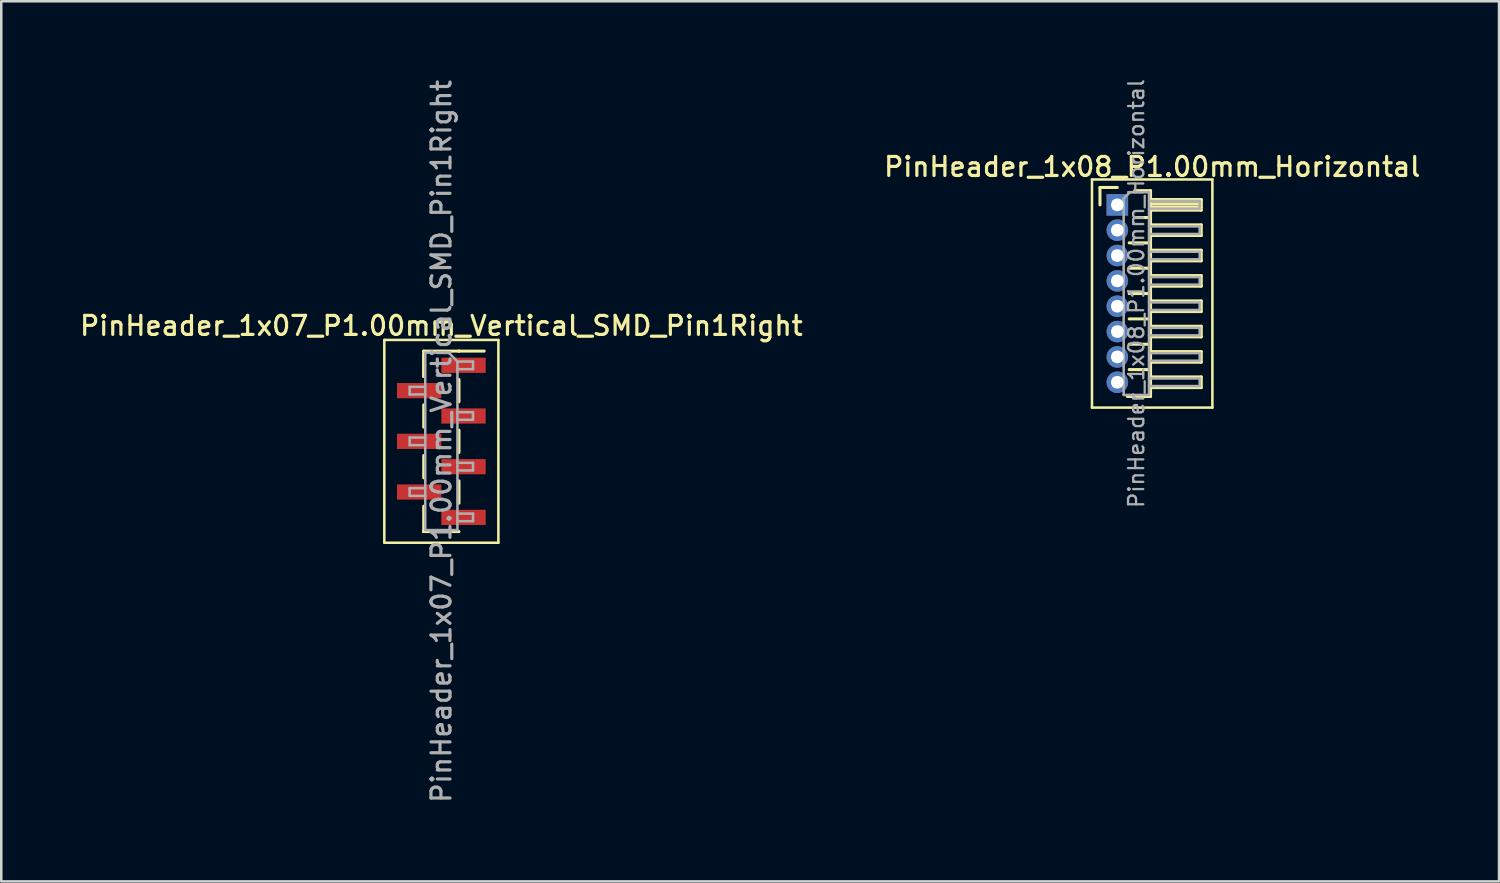
<source format=kicad_pcb>
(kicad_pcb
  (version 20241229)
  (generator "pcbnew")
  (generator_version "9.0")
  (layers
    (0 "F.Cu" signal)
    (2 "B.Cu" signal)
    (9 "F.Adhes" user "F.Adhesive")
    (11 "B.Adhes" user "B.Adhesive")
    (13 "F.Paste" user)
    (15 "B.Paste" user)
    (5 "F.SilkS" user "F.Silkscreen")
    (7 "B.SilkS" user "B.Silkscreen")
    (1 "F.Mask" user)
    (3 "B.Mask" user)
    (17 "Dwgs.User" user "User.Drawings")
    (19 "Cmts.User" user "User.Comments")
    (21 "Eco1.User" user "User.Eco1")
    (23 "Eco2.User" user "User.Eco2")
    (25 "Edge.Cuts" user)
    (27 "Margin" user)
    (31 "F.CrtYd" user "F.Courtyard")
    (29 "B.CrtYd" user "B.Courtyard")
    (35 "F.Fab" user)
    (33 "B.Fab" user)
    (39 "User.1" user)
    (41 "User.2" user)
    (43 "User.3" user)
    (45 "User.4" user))
  (footprint "PinHeader_1x07_P1.00mm_Vertical_SMD_Pin1Right"
    (layer "F.Cu")
    (at 14.363 14.363)
    (property "Reference" "PinHeader_1x07_P1.00mm_Vertical_SMD_Pin1Right" (at 0 -4.56 0) (layer "F.SilkS") (effects (font (size 0.75 0.75) (thickness 0.125))))
    (attr smd)
    (fp_line (start -2.25 -4) (end -2.25 4) (stroke (width 0.1) (type solid)) (layer "F.SilkS"))
    (fp_line (start -2.25 4) (end 2.25 4) (stroke (width 0.1) (type solid)) (layer "F.SilkS"))
    (fp_line (start -0.695 -3.56) (end -0.695 -2.56) (stroke (width 0.12) (type solid)) (layer "F.SilkS"))
    (fp_line (start -0.695 -3.56) (end 0.695 -3.56) (stroke (width 0.12) (type solid)) (layer "F.SilkS"))
    (fp_line (start -0.695 -3.44) (end -0.695 -2.56) (stroke (width 0.12) (type solid)) (layer "F.SilkS"))
    (fp_line (start -0.695 -1.44) (end -0.695 -0.56) (stroke (width 0.12) (type solid)) (layer "F.SilkS"))
    (fp_line (start -0.695 0.56) (end -0.695 1.44) (stroke (width 0.12) (type solid)) (layer "F.SilkS"))
    (fp_line (start -0.695 2.56) (end -0.695 3.56) (stroke (width 0.12) (type solid)) (layer "F.SilkS"))
    (fp_line (start -0.695 3.56) (end -0.695 3.56) (stroke (width 0.12) (type solid)) (layer "F.SilkS"))
    (fp_line (start -0.695 3.56) (end 0.695 3.56) (stroke (width 0.12) (type solid)) (layer "F.SilkS"))
    (fp_line (start 0.695 -3.56) (end 0.695 -3.56) (stroke (width 0.12) (type solid)) (layer "F.SilkS"))
    (fp_line (start 0.695 -3.56) (end 1.69 -3.56) (stroke (width 0.12) (type solid)) (layer "F.SilkS"))
    (fp_line (start 0.695 -2.44) (end 0.695 -1.56) (stroke (width 0.12) (type solid)) (layer "F.SilkS"))
    (fp_line (start 0.695 -0.44) (end 0.695 0.44) (stroke (width 0.12) (type solid)) (layer "F.SilkS"))
    (fp_line (start 0.695 1.56) (end 0.695 2.44) (stroke (width 0.12) (type solid)) (layer "F.SilkS"))
    (fp_line (start 2.25 -4) (end -2.25 -4) (stroke (width 0.1) (type solid)) (layer "F.SilkS"))
    (fp_line (start 2.25 4) (end 2.25 -4) (stroke (width 0.1) (type solid)) (layer "F.SilkS"))
    (fp_line (start -1.25 -2.15) (end -1.25 -1.85) (stroke (width 0.1) (type solid)) (layer "F.Fab"))
    (fp_line (start -1.25 -1.85) (end -0.635 -1.85) (stroke (width 0.1) (type solid)) (layer "F.Fab"))
    (fp_line (start -1.25 -0.15) (end -1.25 0.15) (stroke (width 0.1) (type solid)) (layer "F.Fab"))
    (fp_line (start -1.25 0.15) (end -0.635 0.15) (stroke (width 0.1) (type solid)) (layer "F.Fab"))
    (fp_line (start -1.25 1.85) (end -1.25 2.15) (stroke (width 0.1) (type solid)) (layer "F.Fab"))
    (fp_line (start -1.25 2.15) (end -0.635 2.15) (stroke (width 0.1) (type solid)) (layer "F.Fab"))
    (fp_line (start -0.635 -3.5) (end -0.635 3.5) (stroke (width 0.1) (type solid)) (layer "F.Fab"))
    (fp_line (start -0.635 -3.5) (end 0.285 -3.5) (stroke (width 0.1) (type solid)) (layer "F.Fab"))
    (fp_line (start -0.635 -2.15) (end -1.25 -2.15) (stroke (width 0.1) (type solid)) (layer "F.Fab"))
    (fp_line (start -0.635 -0.15) (end -1.25 -0.15) (stroke (width 0.1) (type solid)) (layer "F.Fab"))
    (fp_line (start -0.635 1.85) (end -1.25 1.85) (stroke (width 0.1) (type solid)) (layer "F.Fab"))
    (fp_line (start 0.635 -3.15) (end 0.285 -3.5) (stroke (width 0.1) (type solid)) (layer "F.Fab"))
    (fp_line (start 0.635 -3.15) (end 1.25 -3.15) (stroke (width 0.1) (type solid)) (layer "F.Fab"))
    (fp_line (start 0.635 -1.15) (end 1.25 -1.15) (stroke (width 0.1) (type solid)) (layer "F.Fab"))
    (fp_line (start 0.635 0.85) (end 1.25 0.85) (stroke (width 0.1) (type solid)) (layer "F.Fab"))
    (fp_line (start 0.635 2.85) (end 1.25 2.85) (stroke (width 0.1) (type solid)) (layer "F.Fab"))
    (fp_line (start 0.635 3.5) (end -0.635 3.5) (stroke (width 0.1) (type solid)) (layer "F.Fab"))
    (fp_line (start 0.635 3.5) (end 0.635 -3.15) (stroke (width 0.1) (type solid)) (layer "F.Fab"))
    (fp_line (start 1.25 -3.15) (end 1.25 -2.85) (stroke (width 0.1) (type solid)) (layer "F.Fab"))
    (fp_line (start 1.25 -2.85) (end 0.635 -2.85) (stroke (width 0.1) (type solid)) (layer "F.Fab"))
    (fp_line (start 1.25 -1.15) (end 1.25 -0.85) (stroke (width 0.1) (type solid)) (layer "F.Fab"))
    (fp_line (start 1.25 -0.85) (end 0.635 -0.85) (stroke (width 0.1) (type solid)) (layer "F.Fab"))
    (fp_line (start 1.25 0.85) (end 1.25 1.15) (stroke (width 0.1) (type solid)) (layer "F.Fab"))
    (fp_line (start 1.25 1.15) (end 0.635 1.15) (stroke (width 0.1) (type solid)) (layer "F.Fab"))
    (fp_line (start 1.25 2.85) (end 1.25 3.15) (stroke (width 0.1) (type solid)) (layer "F.Fab"))
    (fp_line (start 1.25 3.15) (end 0.635 3.15) (stroke (width 0.1) (type solid)) (layer "F.Fab"))
    (fp_text user "${REFERENCE}" (at 0 0 90) (layer "F.Fab") (effects (font (size 0.75 0.75) (thickness 0.125))))
    (pad "1" smd rect (at 0.875 -3) (size 1.75 0.6) (layers "F.Cu" "F.Mask" "F.Paste"))
    (pad "2" smd rect (at -0.875 -2) (size 1.75 0.6) (layers "F.Cu" "F.Mask" "F.Paste"))
    (pad "3" smd rect (at 0.875 -1) (size 1.75 0.6) (layers "F.Cu" "F.Mask" "F.Paste"))
    (pad "4" smd rect (at -0.875 0) (size 1.75 0.6) (layers "F.Cu" "F.Mask" "F.Paste"))
    (pad "5" smd rect (at 0.875 1) (size 1.75 0.6) (layers "F.Cu" "F.Mask" "F.Paste"))
    (pad "6" smd rect (at -0.875 2) (size 1.75 0.6) (layers "F.Cu" "F.Mask" "F.Paste"))
    (pad "7" smd rect (at 0.875 3) (size 1.75 0.6) (layers "F.Cu" "F.Mask" "F.Paste")))
  (footprint "PinHeader_1x08_P1.00mm_Horizontal"
    (layer "F.Cu")
    (at 41.034 5.032)
    (property "Reference" "PinHeader_1x08_P1.00mm_Horizontal" (at 1.375 -1.5 0) (layer "F.SilkS") (effects (font (size 0.75 0.75) (thickness 0.125))))
    (attr through_hole)
    (fp_line (start -1 -1) (end -1 8) (stroke (width 0.1) (type solid)) (layer "F.SilkS"))
    (fp_line (start -1 8) (end 3.75 8) (stroke (width 0.1) (type solid)) (layer "F.SilkS"))
    (fp_line (start -0.685 -0.685) (end 0 -0.685) (stroke (width 0.12) (type solid)) (layer "F.SilkS"))
    (fp_line (start -0.685 0) (end -0.685 -0.685) (stroke (width 0.12) (type solid)) (layer "F.SilkS"))
    (fp_line (start 0.468 1.5) (end 1.31 1.5) (stroke (width 0.12) (type solid)) (layer "F.SilkS"))
    (fp_line (start 0.468 2.5) (end 1.31 2.5) (stroke (width 0.12) (type solid)) (layer "F.SilkS"))
    (fp_line (start 0.468 3.5) (end 1.31 3.5) (stroke (width 0.12) (type solid)) (layer "F.SilkS"))
    (fp_line (start 0.468 4.5) (end 1.31 4.5) (stroke (width 0.12) (type solid)) (layer "F.SilkS"))
    (fp_line (start 0.468 5.5) (end 1.31 5.5) (stroke (width 0.12) (type solid)) (layer "F.SilkS"))
    (fp_line (start 0.468 6.5) (end 1.31 6.5) (stroke (width 0.12) (type solid)) (layer "F.SilkS"))
    (fp_line (start 0.685 -0.56) (end 1.31 -0.56) (stroke (width 0.12) (type solid)) (layer "F.SilkS"))
    (fp_line (start 0.685 0.5) (end 1.31 0.5) (stroke (width 0.12) (type solid)) (layer "F.SilkS"))
    (fp_line (start 1.31 -0.56) (end 1.31 7.56) (stroke (width 0.12) (type solid)) (layer "F.SilkS"))
    (fp_line (start 1.31 -0.21) (end 3.31 -0.21) (stroke (width 0.12) (type solid)) (layer "F.SilkS"))
    (fp_line (start 1.31 -0.15) (end 3.31 -0.15) (stroke (width 0.12) (type solid)) (layer "F.SilkS"))
    (fp_line (start 1.31 -0.03) (end 3.31 -0.03) (stroke (width 0.12) (type solid)) (layer "F.SilkS"))
    (fp_line (start 1.31 0.09) (end 3.31 0.09) (stroke (width 0.12) (type solid)) (layer "F.SilkS"))
    (fp_line (start 1.31 0.79) (end 3.31 0.79) (stroke (width 0.12) (type solid)) (layer "F.SilkS"))
    (fp_line (start 1.31 1.79) (end 3.31 1.79) (stroke (width 0.12) (type solid)) (layer "F.SilkS"))
    (fp_line (start 1.31 2.79) (end 3.31 2.79) (stroke (width 0.12) (type solid)) (layer "F.SilkS"))
    (fp_line (start 1.31 3.79) (end 3.31 3.79) (stroke (width 0.12) (type solid)) (layer "F.SilkS"))
    (fp_line (start 1.31 4.79) (end 3.31 4.79) (stroke (width 0.12) (type solid)) (layer "F.SilkS"))
    (fp_line (start 1.31 5.79) (end 3.31 5.79) (stroke (width 0.12) (type solid)) (layer "F.SilkS"))
    (fp_line (start 1.31 6.79) (end 3.31 6.79) (stroke (width 0.12) (type solid)) (layer "F.SilkS"))
    (fp_line (start 1.31 7.56) (end 0.394 7.56) (stroke (width 0.12) (type solid)) (layer "F.SilkS"))
    (fp_line (start 3.31 -0.21) (end 3.31 0.21) (stroke (width 0.12) (type solid)) (layer "F.SilkS"))
    (fp_line (start 3.31 0.21) (end 1.31 0.21) (stroke (width 0.12) (type solid)) (layer "F.SilkS"))
    (fp_line (start 3.31 0.79) (end 3.31 1.21) (stroke (width 0.12) (type solid)) (layer "F.SilkS"))
    (fp_line (start 3.31 1.21) (end 1.31 1.21) (stroke (width 0.12) (type solid)) (layer "F.SilkS"))
    (fp_line (start 3.31 1.79) (end 3.31 2.21) (stroke (width 0.12) (type solid)) (layer "F.SilkS"))
    (fp_line (start 3.31 2.21) (end 1.31 2.21) (stroke (width 0.12) (type solid)) (layer "F.SilkS"))
    (fp_line (start 3.31 2.79) (end 3.31 3.21) (stroke (width 0.12) (type solid)) (layer "F.SilkS"))
    (fp_line (start 3.31 3.21) (end 1.31 3.21) (stroke (width 0.12) (type solid)) (layer "F.SilkS"))
    (fp_line (start 3.31 3.79) (end 3.31 4.21) (stroke (width 0.12) (type solid)) (layer "F.SilkS"))
    (fp_line (start 3.31 4.21) (end 1.31 4.21) (stroke (width 0.12) (type solid)) (layer "F.SilkS"))
    (fp_line (start 3.31 4.79) (end 3.31 5.21) (stroke (width 0.12) (type solid)) (layer "F.SilkS"))
    (fp_line (start 3.31 5.21) (end 1.31 5.21) (stroke (width 0.12) (type solid)) (layer "F.SilkS"))
    (fp_line (start 3.31 5.79) (end 3.31 6.21) (stroke (width 0.12) (type solid)) (layer "F.SilkS"))
    (fp_line (start 3.31 6.21) (end 1.31 6.21) (stroke (width 0.12) (type solid)) (layer "F.SilkS"))
    (fp_line (start 3.31 6.79) (end 3.31 7.21) (stroke (width 0.12) (type solid)) (layer "F.SilkS"))
    (fp_line (start 3.31 7.21) (end 1.31 7.21) (stroke (width 0.12) (type solid)) (layer "F.SilkS"))
    (fp_line (start 3.75 -1) (end -1 -1) (stroke (width 0.1) (type solid)) (layer "F.SilkS"))
    (fp_line (start 3.75 8) (end 3.75 -1) (stroke (width 0.1) (type solid)) (layer "F.SilkS"))
    (fp_line (start -0.15 -0.15) (end -0.15 0.15) (stroke (width 0.1) (type solid)) (layer "F.Fab"))
    (fp_line (start -0.15 -0.15) (end 0.25 -0.15) (stroke (width 0.1) (type solid)) (layer "F.Fab"))
    (fp_line (start -0.15 0.15) (end 0.25 0.15) (stroke (width 0.1) (type solid)) (layer "F.Fab"))
    (fp_line (start -0.15 0.85) (end -0.15 1.15) (stroke (width 0.1) (type solid)) (layer "F.Fab"))
    (fp_line (start -0.15 0.85) (end 0.25 0.85) (stroke (width 0.1) (type solid)) (layer "F.Fab"))
    (fp_line (start -0.15 1.15) (end 0.25 1.15) (stroke (width 0.1) (type solid)) (layer "F.Fab"))
    (fp_line (start -0.15 1.85) (end -0.15 2.15) (stroke (width 0.1) (type solid)) (layer "F.Fab"))
    (fp_line (start -0.15 1.85) (end 0.25 1.85) (stroke (width 0.1) (type solid)) (layer "F.Fab"))
    (fp_line (start -0.15 2.15) (end 0.25 2.15) (stroke (width 0.1) (type solid)) (layer "F.Fab"))
    (fp_line (start -0.15 2.85) (end -0.15 3.15) (stroke (width 0.1) (type solid)) (layer "F.Fab"))
    (fp_line (start -0.15 2.85) (end 0.25 2.85) (stroke (width 0.1) (type solid)) (layer "F.Fab"))
    (fp_line (start -0.15 3.15) (end 0.25 3.15) (stroke (width 0.1) (type solid)) (layer "F.Fab"))
    (fp_line (start -0.15 3.85) (end -0.15 4.15) (stroke (width 0.1) (type solid)) (layer "F.Fab"))
    (fp_line (start -0.15 3.85) (end 0.25 3.85) (stroke (width 0.1) (type solid)) (layer "F.Fab"))
    (fp_line (start -0.15 4.15) (end 0.25 4.15) (stroke (width 0.1) (type solid)) (layer "F.Fab"))
    (fp_line (start -0.15 4.85) (end -0.15 5.15) (stroke (width 0.1) (type solid)) (layer "F.Fab"))
    (fp_line (start -0.15 4.85) (end 0.25 4.85) (stroke (width 0.1) (type solid)) (layer "F.Fab"))
    (fp_line (start -0.15 5.15) (end 0.25 5.15) (stroke (width 0.1) (type solid)) (layer "F.Fab"))
    (fp_line (start -0.15 5.85) (end -0.15 6.15) (stroke (width 0.1) (type solid)) (layer "F.Fab"))
    (fp_line (start -0.15 5.85) (end 0.25 5.85) (stroke (width 0.1) (type solid)) (layer "F.Fab"))
    (fp_line (start -0.15 6.15) (end 0.25 6.15) (stroke (width 0.1) (type solid)) (layer "F.Fab"))
    (fp_line (start -0.15 6.85) (end -0.15 7.15) (stroke (width 0.1) (type solid)) (layer "F.Fab"))
    (fp_line (start -0.15 6.85) (end 0.25 6.85) (stroke (width 0.1) (type solid)) (layer "F.Fab"))
    (fp_line (start -0.15 7.15) (end 0.25 7.15) (stroke (width 0.1) (type solid)) (layer "F.Fab"))
    (fp_line (start 0.25 -0.25) (end 0.5 -0.5) (stroke (width 0.1) (type solid)) (layer "F.Fab"))
    (fp_line (start 0.25 7.5) (end 0.25 -0.25) (stroke (width 0.1) (type solid)) (layer "F.Fab"))
    (fp_line (start 0.5 -0.5) (end 1.25 -0.5) (stroke (width 0.1) (type solid)) (layer "F.Fab"))
    (fp_line (start 1.25 -0.5) (end 1.25 7.5) (stroke (width 0.1) (type solid)) (layer "F.Fab"))
    (fp_line (start 1.25 -0.15) (end 3.25 -0.15) (stroke (width 0.1) (type solid)) (layer "F.Fab"))
    (fp_line (start 1.25 0.15) (end 3.25 0.15) (stroke (width 0.1) (type solid)) (layer "F.Fab"))
    (fp_line (start 1.25 0.85) (end 3.25 0.85) (stroke (width 0.1) (type solid)) (layer "F.Fab"))
    (fp_line (start 1.25 1.15) (end 3.25 1.15) (stroke (width 0.1) (type solid)) (layer "F.Fab"))
    (fp_line (start 1.25 1.85) (end 3.25 1.85) (stroke (width 0.1) (type solid)) (layer "F.Fab"))
    (fp_line (start 1.25 2.15) (end 3.25 2.15) (stroke (width 0.1) (type solid)) (layer "F.Fab"))
    (fp_line (start 1.25 2.85) (end 3.25 2.85) (stroke (width 0.1) (type solid)) (layer "F.Fab"))
    (fp_line (start 1.25 3.15) (end 3.25 3.15) (stroke (width 0.1) (type solid)) (layer "F.Fab"))
    (fp_line (start 1.25 3.85) (end 3.25 3.85) (stroke (width 0.1) (type solid)) (layer "F.Fab"))
    (fp_line (start 1.25 4.15) (end 3.25 4.15) (stroke (width 0.1) (type solid)) (layer "F.Fab"))
    (fp_line (start 1.25 4.85) (end 3.25 4.85) (stroke (width 0.1) (type solid)) (layer "F.Fab"))
    (fp_line (start 1.25 5.15) (end 3.25 5.15) (stroke (width 0.1) (type solid)) (layer "F.Fab"))
    (fp_line (start 1.25 5.85) (end 3.25 5.85) (stroke (width 0.1) (type solid)) (layer "F.Fab"))
    (fp_line (start 1.25 6.15) (end 3.25 6.15) (stroke (width 0.1) (type solid)) (layer "F.Fab"))
    (fp_line (start 1.25 6.85) (end 3.25 6.85) (stroke (width 0.1) (type solid)) (layer "F.Fab"))
    (fp_line (start 1.25 7.15) (end 3.25 7.15) (stroke (width 0.1) (type solid)) (layer "F.Fab"))
    (fp_line (start 1.25 7.5) (end 0.25 7.5) (stroke (width 0.1) (type solid)) (layer "F.Fab"))
    (fp_line (start 3.25 -0.15) (end 3.25 0.15) (stroke (width 0.1) (type solid)) (layer "F.Fab"))
    (fp_line (start 3.25 0.85) (end 3.25 1.15) (stroke (width 0.1) (type solid)) (layer "F.Fab"))
    (fp_line (start 3.25 1.85) (end 3.25 2.15) (stroke (width 0.1) (type solid)) (layer "F.Fab"))
    (fp_line (start 3.25 2.85) (end 3.25 3.15) (stroke (width 0.1) (type solid)) (layer "F.Fab"))
    (fp_line (start 3.25 3.85) (end 3.25 4.15) (stroke (width 0.1) (type solid)) (layer "F.Fab"))
    (fp_line (start 3.25 4.85) (end 3.25 5.15) (stroke (width 0.1) (type solid)) (layer "F.Fab"))
    (fp_line (start 3.25 5.85) (end 3.25 6.15) (stroke (width 0.1) (type solid)) (layer "F.Fab"))
    (fp_line (start 3.25 6.85) (end 3.25 7.15) (stroke (width 0.1) (type solid)) (layer "F.Fab"))
    (fp_text user "${REFERENCE}" (at 0.75 3.5 90) (layer "F.Fab") (effects (font (size 0.6 0.6) (thickness 0.09))))
    (pad "1" thru_hole rect (at 0 0) (size 0.85 0.85) (drill 0.5) (layers "*.Cu" "*.Mask"))
    (pad "2" thru_hole oval (at 0 1) (size 0.85 0.85) (drill 0.5) (layers "*.Cu" "*.Mask"))
    (pad "3" thru_hole oval (at 0 2) (size 0.85 0.85) (drill 0.5) (layers "*.Cu" "*.Mask"))
    (pad "4" thru_hole oval (at 0 3) (size 0.85 0.85) (drill 0.5) (layers "*.Cu" "*.Mask"))
    (pad "5" thru_hole oval (at 0 4) (size 0.85 0.85) (drill 0.5) (layers "*.Cu" "*.Mask"))
    (pad "6" thru_hole oval (at 0 5) (size 0.85 0.85) (drill 0.5) (layers "*.Cu" "*.Mask"))
    (pad "7" thru_hole oval (at 0 6) (size 0.85 0.85) (drill 0.5) (layers "*.Cu" "*.Mask"))
    (pad "8" thru_hole oval (at 0 7) (size 0.85 0.85) (drill 0.5) (layers "*.Cu" "*.Mask")))
  (gr_rect
    (start -3 -3)
    (end 56.093 31.725)
    (stroke (width 0.1) (type default))
    (fill no)
    (layer "Edge.Cuts")))
</source>
